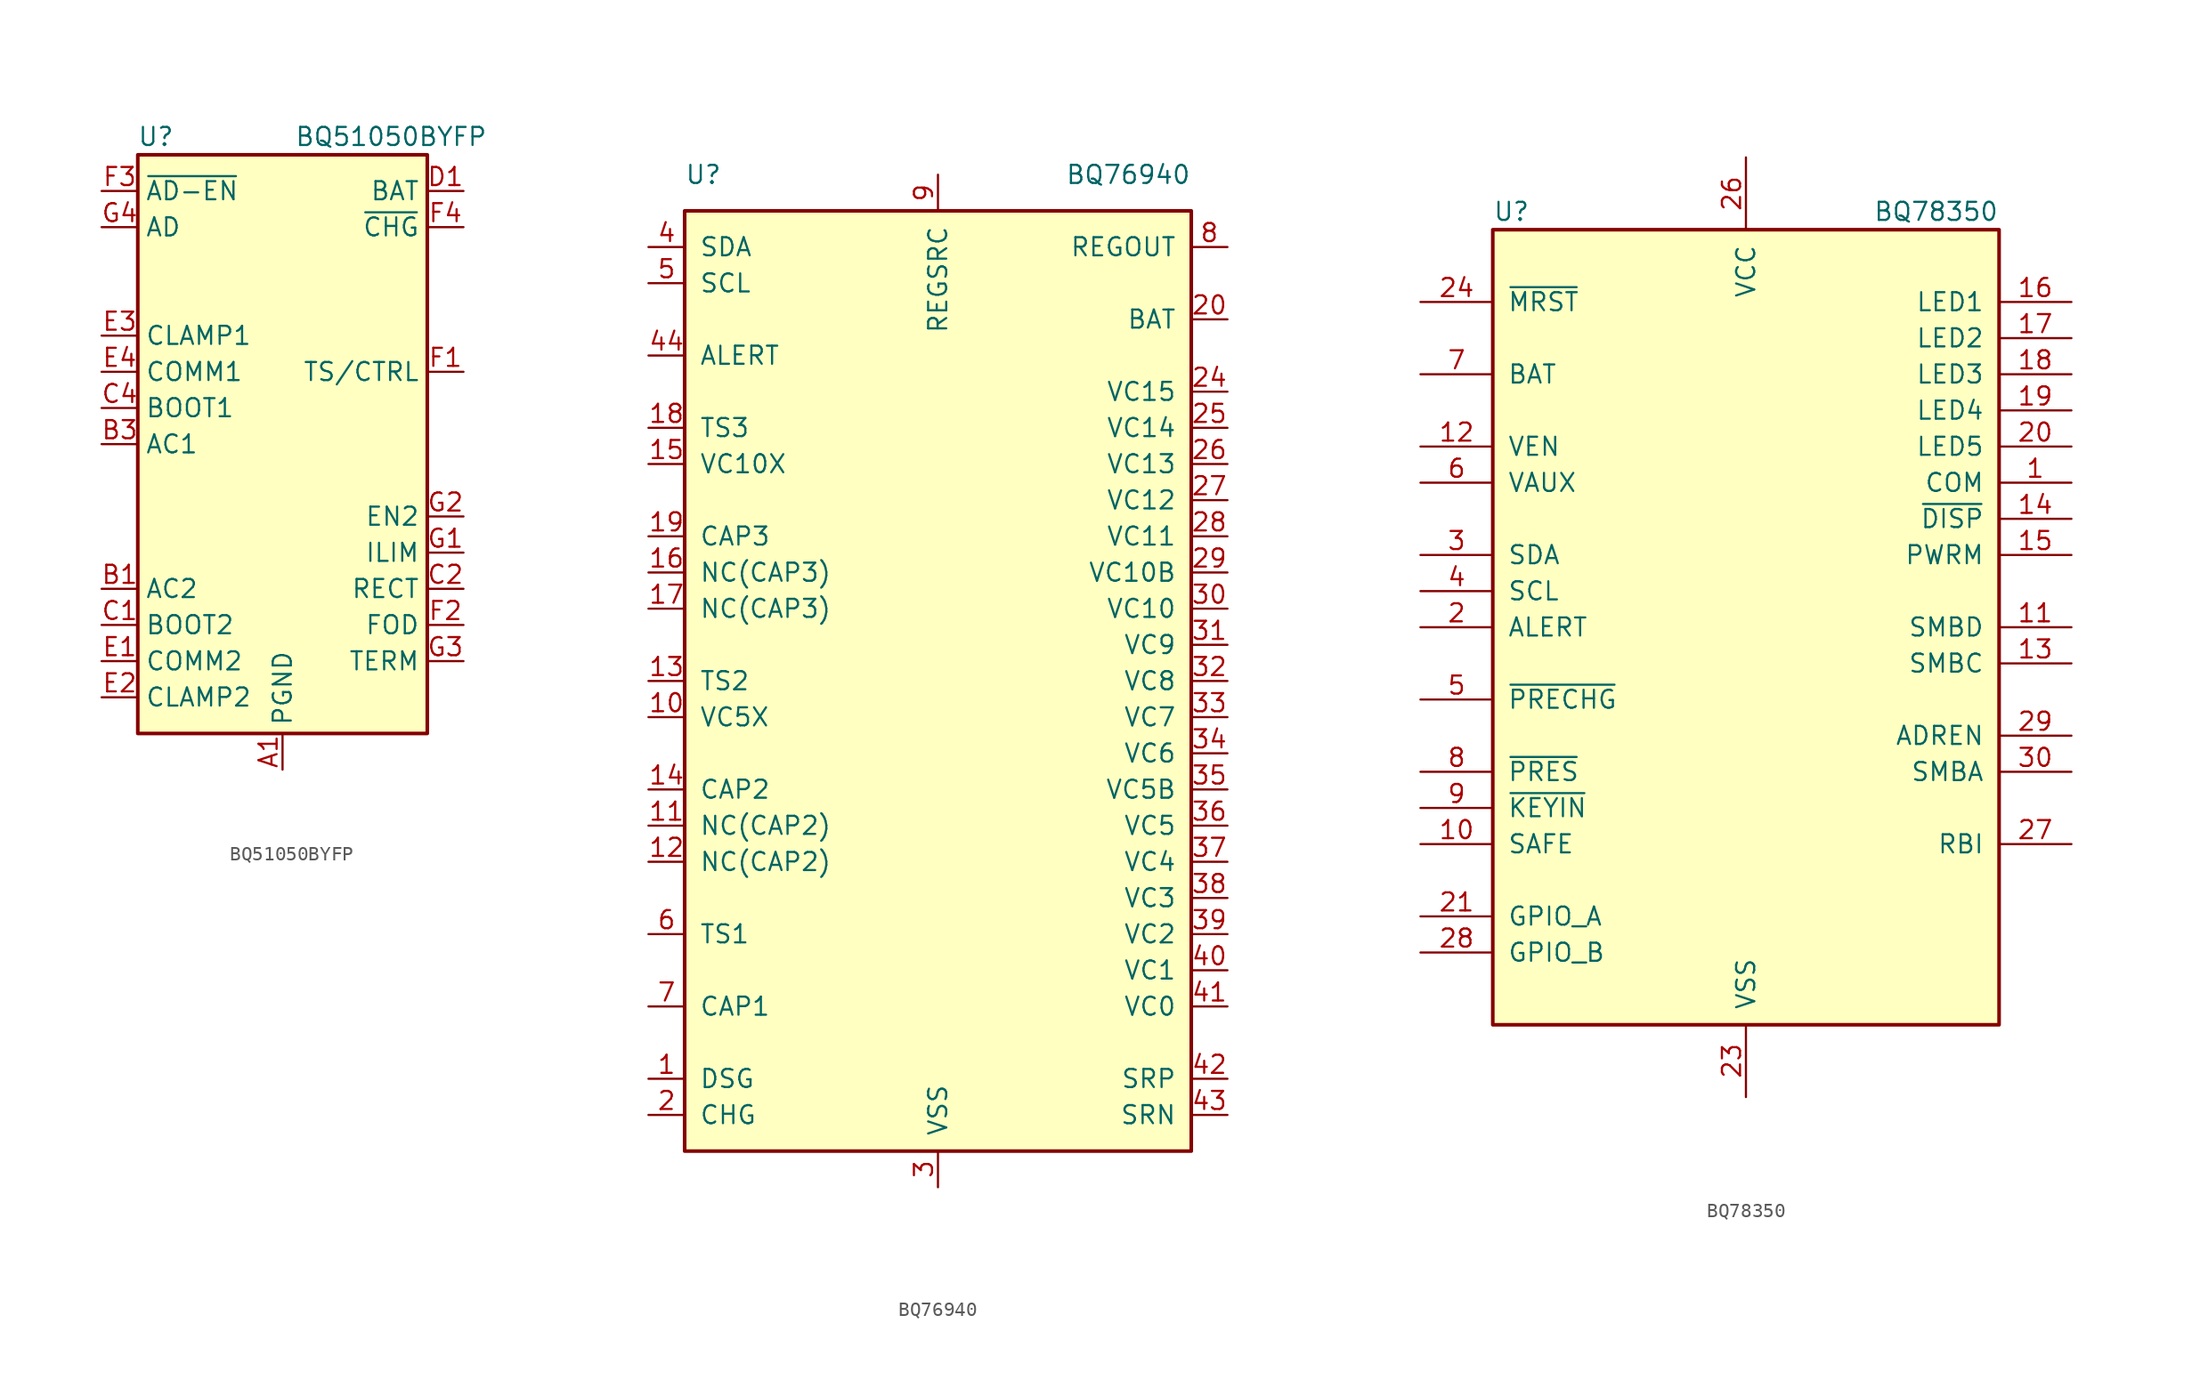
<source format=kicad_sym>
(kicad_symbol_lib
  (version 20211014)
  (generator kicad_symbol_editor)
  (symbol "BQ51050BYFP"
    (property "Reference" "U"
      (at -8.89 21.59 0)
      (effects (font (size 1.27 1.27))))
    (property "Value" "BQ51050BYFP"
      (at 7.62 21.59 0)
      (effects (font (size 1.27 1.27))))
    (symbol "BQ51050BYFP_0_1"
      (rectangle (start -10.16 -20.32) (end 10.16 20.32) (stroke (width 0.254) (type default) (color 0 0 0 0)) (fill (type background))))
    (symbol "BQ51050BYFP_1_1"
      (pin power_in line (at 0 -22.86 90) (length 2.54) (name "PGND" (effects (font (size 1.27 1.27)))) (number "A1" (effects (font (size 1.27 1.27)))))
      (pin passive line (at 0 -22.86 90) (length 2.54) hide (name "PGND" (effects (font (size 1.27 1.27)))) (number "A2" (effects (font (size 1.27 1.27)))))
      (pin passive line (at 0 -22.86 90) (length 2.54) hide (name "PGND" (effects (font (size 1.27 1.27)))) (number "A3" (effects (font (size 1.27 1.27)))))
      (pin passive line (at 0 -22.86 90) (length 2.54) hide (name "PGND" (effects (font (size 1.27 1.27)))) (number "A4" (effects (font (size 1.27 1.27)))))
      (pin input line (at -12.7 -10.16 0) (length 2.54) (name "AC2" (effects (font (size 1.27 1.27)))) (number "B1" (effects (font (size 1.27 1.27)))))
      (pin input line (at -12.7 -10.16 0) (length 2.54) hide (name "AC2" (effects (font (size 1.27 1.27)))) (number "B2" (effects (font (size 1.27 1.27)))))
      (pin input line (at -12.7 0 0) (length 2.54) (name "AC1" (effects (font (size 1.27 1.27)))) (number "B3" (effects (font (size 1.27 1.27)))))
      (pin input line (at -12.7 0 0) (length 2.54) hide (name "AC1" (effects (font (size 1.27 1.27)))) (number "B4" (effects (font (size 1.27 1.27)))))
      (pin passive line (at -12.7 -12.7 0) (length 2.54) (name "BOOT2" (effects (font (size 1.27 1.27)))) (number "C1" (effects (font (size 1.27 1.27)))))
      (pin passive line (at 12.7 -10.16 180) (length 2.54) (name "RECT" (effects (font (size 1.27 1.27)))) (number "C2" (effects (font (size 1.27 1.27)))))
      (pin passive line (at 12.7 -10.16 180) (length 2.54) hide (name "RECT" (effects (font (size 1.27 1.27)))) (number "C3" (effects (font (size 1.27 1.27)))))
      (pin passive line (at -12.7 2.54 0) (length 2.54) (name "BOOT1" (effects (font (size 1.27 1.27)))) (number "C4" (effects (font (size 1.27 1.27)))))
      (pin power_out line (at 12.7 17.78 180) (length 2.54) (name "BAT" (effects (font (size 1.27 1.27)))) (number "D1" (effects (font (size 1.27 1.27)))))
      (pin passive line (at 12.7 17.78 180) (length 2.54) hide (name "BAT" (effects (font (size 1.27 1.27)))) (number "D2" (effects (font (size 1.27 1.27)))))
      (pin passive line (at 12.7 17.78 180) (length 2.54) hide (name "BAT" (effects (font (size 1.27 1.27)))) (number "D3" (effects (font (size 1.27 1.27)))))
      (pin passive line (at 12.7 17.78 180) (length 2.54) hide (name "BAT" (effects (font (size 1.27 1.27)))) (number "D4" (effects (font (size 1.27 1.27)))))
      (pin open_collector line (at -12.7 -15.24 0) (length 2.54) (name "COMM2" (effects (font (size 1.27 1.27)))) (number "E1" (effects (font (size 1.27 1.27)))))
      (pin open_collector line (at -12.7 -17.78 0) (length 2.54) (name "CLAMP2" (effects (font (size 1.27 1.27)))) (number "E2" (effects (font (size 1.27 1.27)))))
      (pin open_collector line (at -12.7 7.62 0) (length 2.54) (name "CLAMP1" (effects (font (size 1.27 1.27)))) (number "E3" (effects (font (size 1.27 1.27)))))
      (pin open_collector line (at -12.7 5.08 0) (length 2.54) (name "COMM1" (effects (font (size 1.27 1.27)))) (number "E4" (effects (font (size 1.27 1.27)))))
      (pin input line (at 12.7 5.08 180) (length 2.54) (name "TS/CTRL" (effects (font (size 1.27 1.27)))) (number "F1" (effects (font (size 1.27 1.27)))))
      (pin input line (at 12.7 -12.7 180) (length 2.54) (name "FOD" (effects (font (size 1.27 1.27)))) (number "F2" (effects (font (size 1.27 1.27)))))
      (pin output line (at -12.7 17.78 0) (length 2.54) (name "~{AD-EN}" (effects (font (size 1.27 1.27)))) (number "F3" (effects (font (size 1.27 1.27)))))
      (pin open_collector line (at 12.7 15.24 180) (length 2.54) (name "~{CHG}" (effects (font (size 1.27 1.27)))) (number "F4" (effects (font (size 1.27 1.27)))))
      (pin passive line (at 12.7 -7.62 180) (length 2.54) (name "ILIM" (effects (font (size 1.27 1.27)))) (number "G1" (effects (font (size 1.27 1.27)))))
      (pin input line (at 12.7 -5.08 180) (length 2.54) (name "EN2" (effects (font (size 1.27 1.27)))) (number "G2" (effects (font (size 1.27 1.27)))))
      (pin input line (at 12.7 -15.24 180) (length 2.54) (name "TERM" (effects (font (size 1.27 1.27)))) (number "G3" (effects (font (size 1.27 1.27)))))
      (pin input line (at -12.7 15.24 0) (length 2.54) (name "AD" (effects (font (size 1.27 1.27)))) (number "G4" (effects (font (size 1.27 1.27)))))))
  (symbol "BQ76940"
    (pin_names
      (offset 1.016))
    (property "Reference" "U"
      (at -17.78 35.56 0)
      (effects (font (size 1.27 1.27)) (justify left)))
    (property "Value" "BQ76940"
      (at 17.78 35.56 0)
      (effects (font (size 1.27 1.27)) (justify right)))
    (symbol "BQ76940_0_1"
      (rectangle (start -17.78 33.02) (end 17.78 -33.02) (stroke (width 0.254) (type default) (color 0 0 0 0)) (fill (type background))))
    (symbol "BQ76940_1_0"
      (pin passive line (at -20.32 -2.54 0) (length 2.54) (name "VC5X" (effects (font (size 1.27 1.27)))) (number "10" (effects (font (size 1.27 1.27)))))
      (pin passive line (at -20.32 -10.16 0) (length 2.54) (name "NC(CAP2)" (effects (font (size 1.27 1.27)))) (number "11" (effects (font (size 1.27 1.27)))))
      (pin passive line (at -20.32 -12.7 0) (length 2.54) (name "NC(CAP2)" (effects (font (size 1.27 1.27)))) (number "12" (effects (font (size 1.27 1.27)))))
      (pin passive line (at -20.32 0 0) (length 2.54) (name "TS2" (effects (font (size 1.27 1.27)))) (number "13" (effects (font (size 1.27 1.27)))))
      (pin passive line (at -20.32 -7.62 0) (length 2.54) (name "CAP2" (effects (font (size 1.27 1.27)))) (number "14" (effects (font (size 1.27 1.27)))))
      (pin passive line (at -20.32 15.24 0) (length 2.54) (name "VC10X" (effects (font (size 1.27 1.27)))) (number "15" (effects (font (size 1.27 1.27)))))
      (pin passive line (at -20.32 7.62 0) (length 2.54) (name "NC(CAP3)" (effects (font (size 1.27 1.27)))) (number "16" (effects (font (size 1.27 1.27)))))
      (pin passive line (at -20.32 5.08 0) (length 2.54) (name "NC(CAP3)" (effects (font (size 1.27 1.27)))) (number "17" (effects (font (size 1.27 1.27)))))
      (pin passive line (at -20.32 17.78 0) (length 2.54) (name "TS3" (effects (font (size 1.27 1.27)))) (number "18" (effects (font (size 1.27 1.27)))))
      (pin passive line (at -20.32 10.16 0) (length 2.54) (name "CAP3" (effects (font (size 1.27 1.27)))) (number "19" (effects (font (size 1.27 1.27)))))
      (pin input line (at 20.32 25.4 180) (length 2.54) (name "BAT" (effects (font (size 1.27 1.27)))) (number "20" (effects (font (size 1.27 1.27)))))
      (pin no_connect line (at 5.08 -33.02 90) (length 2.54) hide (name "NC" (effects (font (size 1.27 1.27)))) (number "21" (effects (font (size 1.27 1.27)))))
      (pin no_connect line (at 7.62 -33.02 90) (length 2.54) hide (name "NC" (effects (font (size 1.27 1.27)))) (number "22" (effects (font (size 1.27 1.27)))))
      (pin no_connect line (at 10.16 -33.02 90) (length 2.54) hide (name "NC" (effects (font (size 1.27 1.27)))) (number "23" (effects (font (size 1.27 1.27)))))
      (pin input line (at 20.32 20.32 180) (length 2.54) (name "VC15" (effects (font (size 1.27 1.27)))) (number "24" (effects (font (size 1.27 1.27)))))
      (pin input line (at 20.32 17.78 180) (length 2.54) (name "VC14" (effects (font (size 1.27 1.27)))) (number "25" (effects (font (size 1.27 1.27)))))
      (pin input line (at 20.32 15.24 180) (length 2.54) (name "VC13" (effects (font (size 1.27 1.27)))) (number "26" (effects (font (size 1.27 1.27)))))
      (pin input line (at 20.32 12.7 180) (length 2.54) (name "VC12" (effects (font (size 1.27 1.27)))) (number "27" (effects (font (size 1.27 1.27)))))
      (pin input line (at 20.32 10.16 180) (length 2.54) (name "VC11" (effects (font (size 1.27 1.27)))) (number "28" (effects (font (size 1.27 1.27)))))
      (pin input line (at 20.32 7.62 180) (length 2.54) (name "VC10B" (effects (font (size 1.27 1.27)))) (number "29" (effects (font (size 1.27 1.27)))))
      (pin input line (at 20.32 5.08 180) (length 2.54) (name "VC10" (effects (font (size 1.27 1.27)))) (number "30" (effects (font (size 1.27 1.27)))))
      (pin input line (at 20.32 2.54 180) (length 2.54) (name "VC9" (effects (font (size 1.27 1.27)))) (number "31" (effects (font (size 1.27 1.27)))))
      (pin input line (at 20.32 0 180) (length 2.54) (name "VC8" (effects (font (size 1.27 1.27)))) (number "32" (effects (font (size 1.27 1.27)))))
      (pin input line (at 20.32 -2.54 180) (length 2.54) (name "VC7" (effects (font (size 1.27 1.27)))) (number "33" (effects (font (size 1.27 1.27)))))
      (pin input line (at 20.32 -5.08 180) (length 2.54) (name "VC6" (effects (font (size 1.27 1.27)))) (number "34" (effects (font (size 1.27 1.27)))))
      (pin input line (at 20.32 -7.62 180) (length 2.54) (name "VC5B" (effects (font (size 1.27 1.27)))) (number "35" (effects (font (size 1.27 1.27)))))
      (pin input line (at 20.32 -10.16 180) (length 2.54) (name "VC5" (effects (font (size 1.27 1.27)))) (number "36" (effects (font (size 1.27 1.27)))))
      (pin input line (at 20.32 -12.7 180) (length 2.54) (name "VC4" (effects (font (size 1.27 1.27)))) (number "37" (effects (font (size 1.27 1.27)))))
      (pin input line (at 20.32 -15.24 180) (length 2.54) (name "VC3" (effects (font (size 1.27 1.27)))) (number "38" (effects (font (size 1.27 1.27)))))
      (pin input line (at 20.32 -17.78 180) (length 2.54) (name "VC2" (effects (font (size 1.27 1.27)))) (number "39" (effects (font (size 1.27 1.27)))))
      (pin input line (at 20.32 -20.32 180) (length 2.54) (name "VC1" (effects (font (size 1.27 1.27)))) (number "40" (effects (font (size 1.27 1.27)))))
      (pin input line (at 20.32 -22.86 180) (length 2.54) (name "VC0" (effects (font (size 1.27 1.27)))) (number "41" (effects (font (size 1.27 1.27)))))
      (pin input line (at 20.32 -27.94 180) (length 2.54) (name "SRP" (effects (font (size 1.27 1.27)))) (number "42" (effects (font (size 1.27 1.27)))))
      (pin input line (at 20.32 -30.48 180) (length 2.54) (name "SRN" (effects (font (size 1.27 1.27)))) (number "43" (effects (font (size 1.27 1.27)))))
      (pin bidirectional line (at -20.32 22.86 0) (length 2.54) (name "ALERT" (effects (font (size 1.27 1.27)))) (number "44" (effects (font (size 1.27 1.27)))))
      (pin passive line (at -20.32 -17.78 0) (length 2.54) (name "TS1" (effects (font (size 1.27 1.27)))) (number "6" (effects (font (size 1.27 1.27)))))
      (pin passive line (at -20.32 -22.86 0) (length 2.54) (name "CAP1" (effects (font (size 1.27 1.27)))) (number "7" (effects (font (size 1.27 1.27)))))
      (pin power_out line (at 20.32 30.48 180) (length 2.54) (name "REGOUT" (effects (font (size 1.27 1.27)))) (number "8" (effects (font (size 1.27 1.27)))))
      (pin power_in line (at 0 35.56 270) (length 2.54) (name "REGSRC" (effects (font (size 1.27 1.27)))) (number "9" (effects (font (size 1.27 1.27))))))
    (symbol "BQ76940_1_1"
      (pin output line (at -20.32 -27.94 0) (length 2.54) (name "DSG" (effects (font (size 1.27 1.27)))) (number "1" (effects (font (size 1.27 1.27)))))
      (pin output line (at -20.32 -30.48 0) (length 2.54) (name "CHG" (effects (font (size 1.27 1.27)))) (number "2" (effects (font (size 1.27 1.27)))))
      (pin power_in line (at 0 -35.56 90) (length 2.54) (name "VSS" (effects (font (size 1.27 1.27)))) (number "3" (effects (font (size 1.27 1.27)))))
      (pin bidirectional line (at -20.32 30.48 0) (length 2.54) (name "SDA" (effects (font (size 1.27 1.27)))) (number "4" (effects (font (size 1.27 1.27)))))
      (pin input line (at -20.32 27.94 0) (length 2.54) (name "SCL" (effects (font (size 1.27 1.27)))) (number "5" (effects (font (size 1.27 1.27)))))))
  (symbol "BQ78350"
    (pin_names
      (offset 1.016))
    (property "Reference" "U"
      (at -17.78 29.21 0)
      (effects (font (size 1.27 1.27)) (justify left)))
    (property "Value" "BQ78350"
      (at 17.78 29.21 0)
      (effects (font (size 1.27 1.27)) (justify right)))
    (symbol "BQ78350_0_1"
      (rectangle (start 17.78 27.94) (end -17.78 -27.94) (stroke (width 0.254) (type default) (color 0 0 0 0)) (fill (type background))))
    (symbol "BQ78350_1_1"
      (pin open_collector line (at 22.86 10.16 180) (length 5.08) (name "COM" (effects (font (size 1.27 1.27)))) (number "1" (effects (font (size 1.27 1.27)))))
      (pin output line (at -22.86 -15.24 0) (length 5.08) (name "SAFE" (effects (font (size 1.27 1.27)))) (number "10" (effects (font (size 1.27 1.27)))))
      (pin open_collector line (at 22.86 0 180) (length 5.08) (name "SMBD" (effects (font (size 1.27 1.27)))) (number "11" (effects (font (size 1.27 1.27)))))
      (pin open_collector line (at -22.86 12.7 0) (length 5.08) (name "VEN" (effects (font (size 1.27 1.27)))) (number "12" (effects (font (size 1.27 1.27)))))
      (pin open_collector line (at 22.86 -2.54 180) (length 5.08) (name "SMBC" (effects (font (size 1.27 1.27)))) (number "13" (effects (font (size 1.27 1.27)))))
      (pin input line (at 22.86 7.62 180) (length 5.08) (name "~{DISP}" (effects (font (size 1.27 1.27)))) (number "14" (effects (font (size 1.27 1.27)))))
      (pin open_collector line (at 22.86 5.08 180) (length 5.08) (name "PWRM" (effects (font (size 1.27 1.27)))) (number "15" (effects (font (size 1.27 1.27)))))
      (pin output line (at 22.86 22.86 180) (length 5.08) (name "LED1" (effects (font (size 1.27 1.27)))) (number "16" (effects (font (size 1.27 1.27)))))
      (pin output line (at 22.86 20.32 180) (length 5.08) (name "LED2" (effects (font (size 1.27 1.27)))) (number "17" (effects (font (size 1.27 1.27)))))
      (pin output line (at 22.86 17.78 180) (length 5.08) (name "LED3" (effects (font (size 1.27 1.27)))) (number "18" (effects (font (size 1.27 1.27)))))
      (pin output line (at 22.86 15.24 180) (length 5.08) (name "LED4" (effects (font (size 1.27 1.27)))) (number "19" (effects (font (size 1.27 1.27)))))
      (pin bidirectional line (at -22.86 0 0) (length 5.08) (name "ALERT" (effects (font (size 1.27 1.27)))) (number "2" (effects (font (size 1.27 1.27)))))
      (pin output line (at 22.86 12.7 180) (length 5.08) (name "LED5" (effects (font (size 1.27 1.27)))) (number "20" (effects (font (size 1.27 1.27)))))
      (pin bidirectional line (at -22.86 -20.32 0) (length 5.08) (name "GPIO_A" (effects (font (size 1.27 1.27)))) (number "21" (effects (font (size 1.27 1.27)))))
      (pin passive line (at 0 -33.02 90) (length 5.08) hide (name "VSS" (effects (font (size 1.27 1.27)))) (number "22" (effects (font (size 1.27 1.27)))))
      (pin power_in line (at 0 -33.02 90) (length 5.08) (name "VSS" (effects (font (size 1.27 1.27)))) (number "23" (effects (font (size 1.27 1.27)))))
      (pin input line (at -22.86 22.86 0) (length 5.08) (name "~{MRST}" (effects (font (size 1.27 1.27)))) (number "24" (effects (font (size 1.27 1.27)))))
      (pin passive line (at 0 -33.02 90) (length 5.08) hide (name "VSS" (effects (font (size 1.27 1.27)))) (number "25" (effects (font (size 1.27 1.27)))))
      (pin power_in line (at 0 33.02 270) (length 5.08) (name "VCC" (effects (font (size 1.27 1.27)))) (number "26" (effects (font (size 1.27 1.27)))))
      (pin passive line (at 22.86 -15.24 180) (length 5.08) (name "RBI" (effects (font (size 1.27 1.27)))) (number "27" (effects (font (size 1.27 1.27)))))
      (pin bidirectional line (at -22.86 -22.86 0) (length 5.08) (name "GPIO_B" (effects (font (size 1.27 1.27)))) (number "28" (effects (font (size 1.27 1.27)))))
      (pin output line (at 22.86 -7.62 180) (length 5.08) (name "ADREN" (effects (font (size 1.27 1.27)))) (number "29" (effects (font (size 1.27 1.27)))))
      (pin bidirectional line (at -22.86 5.08 0) (length 5.08) (name "SDA" (effects (font (size 1.27 1.27)))) (number "3" (effects (font (size 1.27 1.27)))))
      (pin input line (at 22.86 -10.16 180) (length 5.08) (name "SMBA" (effects (font (size 1.27 1.27)))) (number "30" (effects (font (size 1.27 1.27)))))
      (pin bidirectional line (at -22.86 2.54 0) (length 5.08) (name "SCL" (effects (font (size 1.27 1.27)))) (number "4" (effects (font (size 1.27 1.27)))))
      (pin open_collector line (at -22.86 -5.08 0) (length 5.08) (name "~{PRECHG}" (effects (font (size 1.27 1.27)))) (number "5" (effects (font (size 1.27 1.27)))))
      (pin input line (at -22.86 10.16 0) (length 5.08) (name "VAUX" (effects (font (size 1.27 1.27)))) (number "6" (effects (font (size 1.27 1.27)))))
      (pin input line (at -22.86 17.78 0) (length 5.08) (name "BAT" (effects (font (size 1.27 1.27)))) (number "7" (effects (font (size 1.27 1.27)))))
      (pin input line (at -22.86 -10.16 0) (length 5.08) (name "~{PRES}" (effects (font (size 1.27 1.27)))) (number "8" (effects (font (size 1.27 1.27)))))
      (pin input line (at -22.86 -12.7 0) (length 5.08) (name "~{KEYIN}" (effects (font (size 1.27 1.27)))) (number "9" (effects (font (size 1.27 1.27))))))))
</source>
